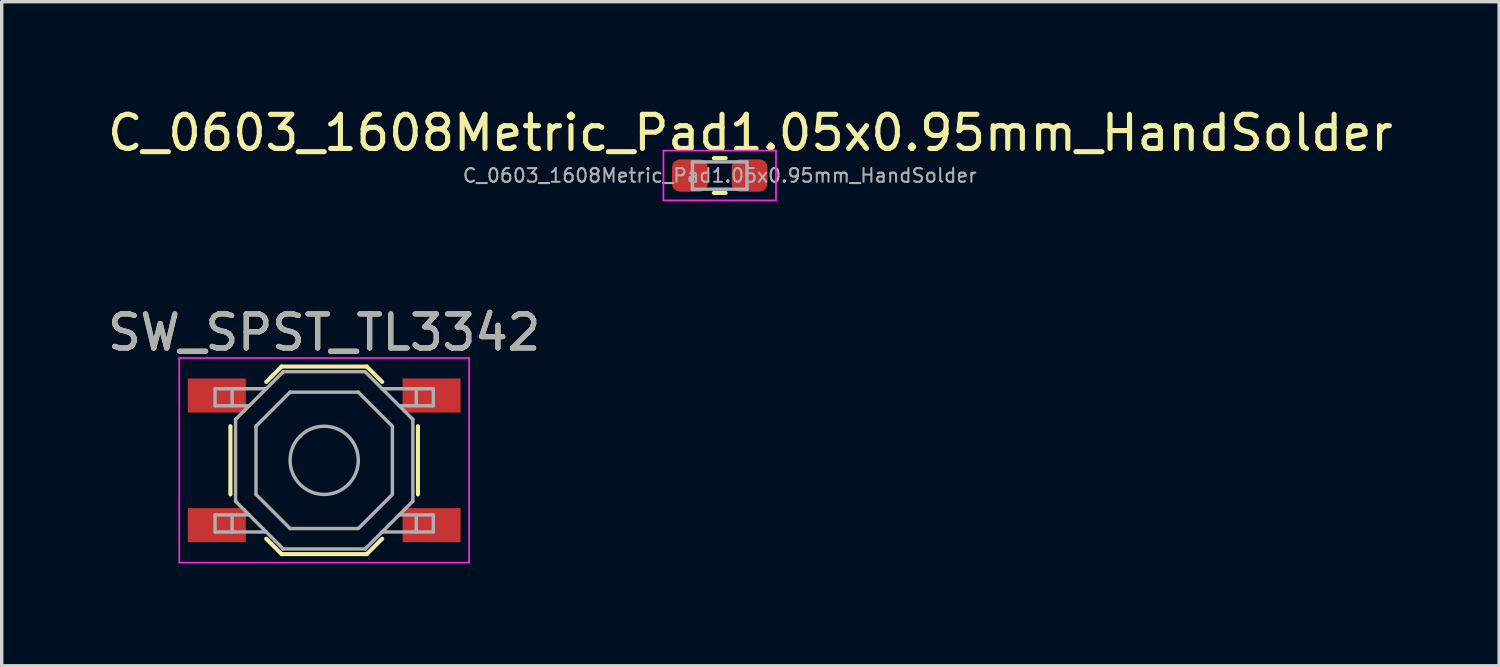
<source format=kicad_pcb>
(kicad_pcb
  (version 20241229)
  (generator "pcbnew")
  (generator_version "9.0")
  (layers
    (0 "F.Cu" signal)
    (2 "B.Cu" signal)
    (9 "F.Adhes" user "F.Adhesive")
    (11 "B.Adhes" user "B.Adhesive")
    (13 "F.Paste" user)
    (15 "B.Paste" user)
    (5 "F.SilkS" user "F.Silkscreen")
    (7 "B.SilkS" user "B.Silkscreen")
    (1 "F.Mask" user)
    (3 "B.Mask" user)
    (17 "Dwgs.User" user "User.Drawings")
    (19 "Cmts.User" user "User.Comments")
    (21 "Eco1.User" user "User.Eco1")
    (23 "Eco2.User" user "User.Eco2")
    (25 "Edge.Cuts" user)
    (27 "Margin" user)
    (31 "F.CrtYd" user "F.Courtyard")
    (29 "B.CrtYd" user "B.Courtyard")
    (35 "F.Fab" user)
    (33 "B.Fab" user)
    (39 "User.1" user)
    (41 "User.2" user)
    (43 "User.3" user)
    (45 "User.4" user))
  (footprint "C_0603_1608Metric_Pad1.05x0.95mm_HandSolder"
    (layer "F.Cu")
    (at 18.058 2.098)
    (property "Reference" "C_0603_1608Metric_Pad1.05x0.95mm_HandSolder" (at 0.9 -1.25 0) (layer "F.SilkS") (effects (font (size 1 1) (thickness 0.15))))
    (attr smd)
    (fp_line (start -0.171 -0.51) (end 0.171 -0.51) (stroke (width 0.12) (type solid)) (layer "F.SilkS"))
    (fp_line (start -0.171 0.51) (end 0.171 0.51) (stroke (width 0.12) (type solid)) (layer "F.SilkS"))
    (fp_line (start -1.65 -0.73) (end 1.65 -0.73) (stroke (width 0.05) (type solid)) (layer "F.CrtYd"))
    (fp_line (start -1.65 0.73) (end -1.65 -0.73) (stroke (width 0.05) (type solid)) (layer "F.CrtYd"))
    (fp_line (start 1.65 -0.73) (end 1.65 0.73) (stroke (width 0.05) (type solid)) (layer "F.CrtYd"))
    (fp_line (start 1.65 0.73) (end -1.65 0.73) (stroke (width 0.05) (type solid)) (layer "F.CrtYd"))
    (fp_line (start -0.8 -0.4) (end 0.8 -0.4) (stroke (width 0.1) (type solid)) (layer "F.Fab"))
    (fp_line (start -0.8 0.4) (end -0.8 -0.4) (stroke (width 0.1) (type solid)) (layer "F.Fab"))
    (fp_line (start 0.8 -0.4) (end 0.8 0.4) (stroke (width 0.1) (type solid)) (layer "F.Fab"))
    (fp_line (start 0.8 0.4) (end -0.8 0.4) (stroke (width 0.1) (type solid)) (layer "F.Fab"))
    (fp_text user "${REFERENCE}" (at 0 0 0) (layer "F.Fab") (effects (font (size 0.4 0.4) (thickness 0.06))))
    (pad "1" smd roundrect (at -0.875 0) (size 1.05 0.95) (layers "F.Cu" "F.Mask" "F.Paste") (roundrect_rratio 0.25))
    (pad "2" smd roundrect (at 0.875 0) (size 1.05 0.95) (layers "F.Cu" "F.Mask" "F.Paste") (roundrect_rratio 0.25)))
  (footprint "SW_SPST_TL3342"
    (layer "F.Cu")
    (at 6.458 10.451)
    (property "Reference" "SW_SPST_TL3342" (at 0 -3.75 0) (layer "F.SilkS") (effects (font (size 1 1) (thickness 0.15))))
    (attr smd)
    (fp_line (start -2.75 -1) (end -2.75 1) (stroke (width 0.12) (type solid)) (layer "F.SilkS"))
    (fp_line (start -1.7 -2.3) (end -1.25 -2.75) (stroke (width 0.12) (type solid)) (layer "F.SilkS"))
    (fp_line (start -1.7 2.3) (end -1.25 2.75) (stroke (width 0.12) (type solid)) (layer "F.SilkS"))
    (fp_line (start -1.25 -2.75) (end 1.25 -2.75) (stroke (width 0.12) (type solid)) (layer "F.SilkS"))
    (fp_line (start -1.25 2.75) (end 1.25 2.75) (stroke (width 0.12) (type solid)) (layer "F.SilkS"))
    (fp_line (start 1.7 -2.3) (end 1.25 -2.75) (stroke (width 0.12) (type solid)) (layer "F.SilkS"))
    (fp_line (start 1.7 2.3) (end 1.25 2.75) (stroke (width 0.12) (type solid)) (layer "F.SilkS"))
    (fp_line (start 2.75 -1) (end 2.75 1) (stroke (width 0.12) (type solid)) (layer "F.SilkS"))
    (fp_line (start -4.25 -3) (end 4.25 -3) (stroke (width 0.05) (type solid)) (layer "F.CrtYd"))
    (fp_line (start -4.25 3) (end -4.25 -3) (stroke (width 0.05) (type solid)) (layer "F.CrtYd"))
    (fp_line (start 4.25 -3) (end 4.25 3) (stroke (width 0.05) (type solid)) (layer "F.CrtYd"))
    (fp_line (start 4.25 3) (end -4.25 3) (stroke (width 0.05) (type solid)) (layer "F.CrtYd"))
    (fp_line (start -3.2 -2.1) (end -3.2 -1.6) (stroke (width 0.1) (type solid)) (layer "F.Fab"))
    (fp_line (start -3.2 -1.6) (end -2.2 -1.6) (stroke (width 0.1) (type solid)) (layer "F.Fab"))
    (fp_line (start -3.2 1.6) (end -2.2 1.6) (stroke (width 0.1) (type solid)) (layer "F.Fab"))
    (fp_line (start -3.2 2.1) (end -3.2 1.6) (stroke (width 0.1) (type solid)) (layer "F.Fab"))
    (fp_line (start -2.7 -2.1) (end -2.7 -1.6) (stroke (width 0.1) (type solid)) (layer "F.Fab"))
    (fp_line (start -2.7 2.1) (end -2.7 1.6) (stroke (width 0.1) (type solid)) (layer "F.Fab"))
    (fp_line (start -2.6 -1.2) (end -2.6 1.2) (stroke (width 0.1) (type solid)) (layer "F.Fab"))
    (fp_line (start -2.6 1.2) (end -1.2 2.6) (stroke (width 0.1) (type solid)) (layer "F.Fab"))
    (fp_line (start -2 -1) (end -1 -2) (stroke (width 0.1) (type solid)) (layer "F.Fab"))
    (fp_line (start -2 1) (end -2 -1) (stroke (width 0.1) (type solid)) (layer "F.Fab"))
    (fp_line (start -1.7 -2.1) (end -3.2 -2.1) (stroke (width 0.1) (type solid)) (layer "F.Fab"))
    (fp_line (start -1.7 2.1) (end -3.2 2.1) (stroke (width 0.1) (type solid)) (layer "F.Fab"))
    (fp_line (start -1.2 -2.6) (end -2.6 -1.2) (stroke (width 0.1) (type solid)) (layer "F.Fab"))
    (fp_line (start -1.2 2.6) (end 1.2 2.6) (stroke (width 0.1) (type solid)) (layer "F.Fab"))
    (fp_line (start -1 -2) (end 1 -2) (stroke (width 0.1) (type solid)) (layer "F.Fab"))
    (fp_line (start -1 2) (end -2 1) (stroke (width 0.1) (type solid)) (layer "F.Fab"))
    (fp_line (start 1 -2) (end 2 -1) (stroke (width 0.1) (type solid)) (layer "F.Fab"))
    (fp_line (start 1 2) (end -1 2) (stroke (width 0.1) (type solid)) (layer "F.Fab"))
    (fp_line (start 1.2 -2.6) (end -1.2 -2.6) (stroke (width 0.1) (type solid)) (layer "F.Fab"))
    (fp_line (start 1.2 2.6) (end 2.6 1.2) (stroke (width 0.1) (type solid)) (layer "F.Fab"))
    (fp_line (start 1.7 -2.1) (end 3.2 -2.1) (stroke (width 0.1) (type solid)) (layer "F.Fab"))
    (fp_line (start 1.7 2.1) (end 3.2 2.1) (stroke (width 0.1) (type solid)) (layer "F.Fab"))
    (fp_line (start 2 -1) (end 2 1) (stroke (width 0.1) (type solid)) (layer "F.Fab"))
    (fp_line (start 2 1) (end 1 2) (stroke (width 0.1) (type solid)) (layer "F.Fab"))
    (fp_line (start 2.6 -1.2) (end 1.2 -2.6) (stroke (width 0.1) (type solid)) (layer "F.Fab"))
    (fp_line (start 2.6 1.2) (end 2.6 -1.2) (stroke (width 0.1) (type solid)) (layer "F.Fab"))
    (fp_line (start 2.7 -2.1) (end 2.7 -1.6) (stroke (width 0.1) (type solid)) (layer "F.Fab"))
    (fp_line (start 2.7 2.1) (end 2.7 1.6) (stroke (width 0.1) (type solid)) (layer "F.Fab"))
    (fp_line (start 3.2 -2.1) (end 3.2 -1.6) (stroke (width 0.1) (type solid)) (layer "F.Fab"))
    (fp_line (start 3.2 -1.6) (end 2.2 -1.6) (stroke (width 0.1) (type solid)) (layer "F.Fab"))
    (fp_line (start 3.2 1.6) (end 2.2 1.6) (stroke (width 0.1) (type solid)) (layer "F.Fab"))
    (fp_line (start 3.2 2.1) (end 3.2 1.6) (stroke (width 0.1) (type solid)) (layer "F.Fab"))
    (fp_circle (center 0 0) (end 1 0) (stroke (width 0.1) (type solid)) (fill no) (layer "F.Fab"))
    (fp_text user "${REFERENCE}" (at 0 -3.75 0) (layer "F.Fab") (effects (font (size 1 1) (thickness 0.15))))
    (pad "1" smd rect (at -3.15 -1.9) (size 1.7 1) (layers "F.Cu" "F.Mask" "F.Paste"))
    (pad "1" smd rect (at 3.15 -1.9) (size 1.7 1) (layers "F.Cu" "F.Mask" "F.Paste"))
    (pad "2" smd rect (at -3.15 1.9) (size 1.7 1) (layers "F.Cu" "F.Mask" "F.Paste"))
    (pad "2" smd rect (at 3.15 1.9) (size 1.7 1) (layers "F.Cu" "F.Mask" "F.Paste")))
  (gr_rect
    (start -3 -3)
    (end 40.917 16.477)
    (stroke (width 0.1) (type default))
    (fill no)
    (layer "Edge.Cuts")))
</source>
